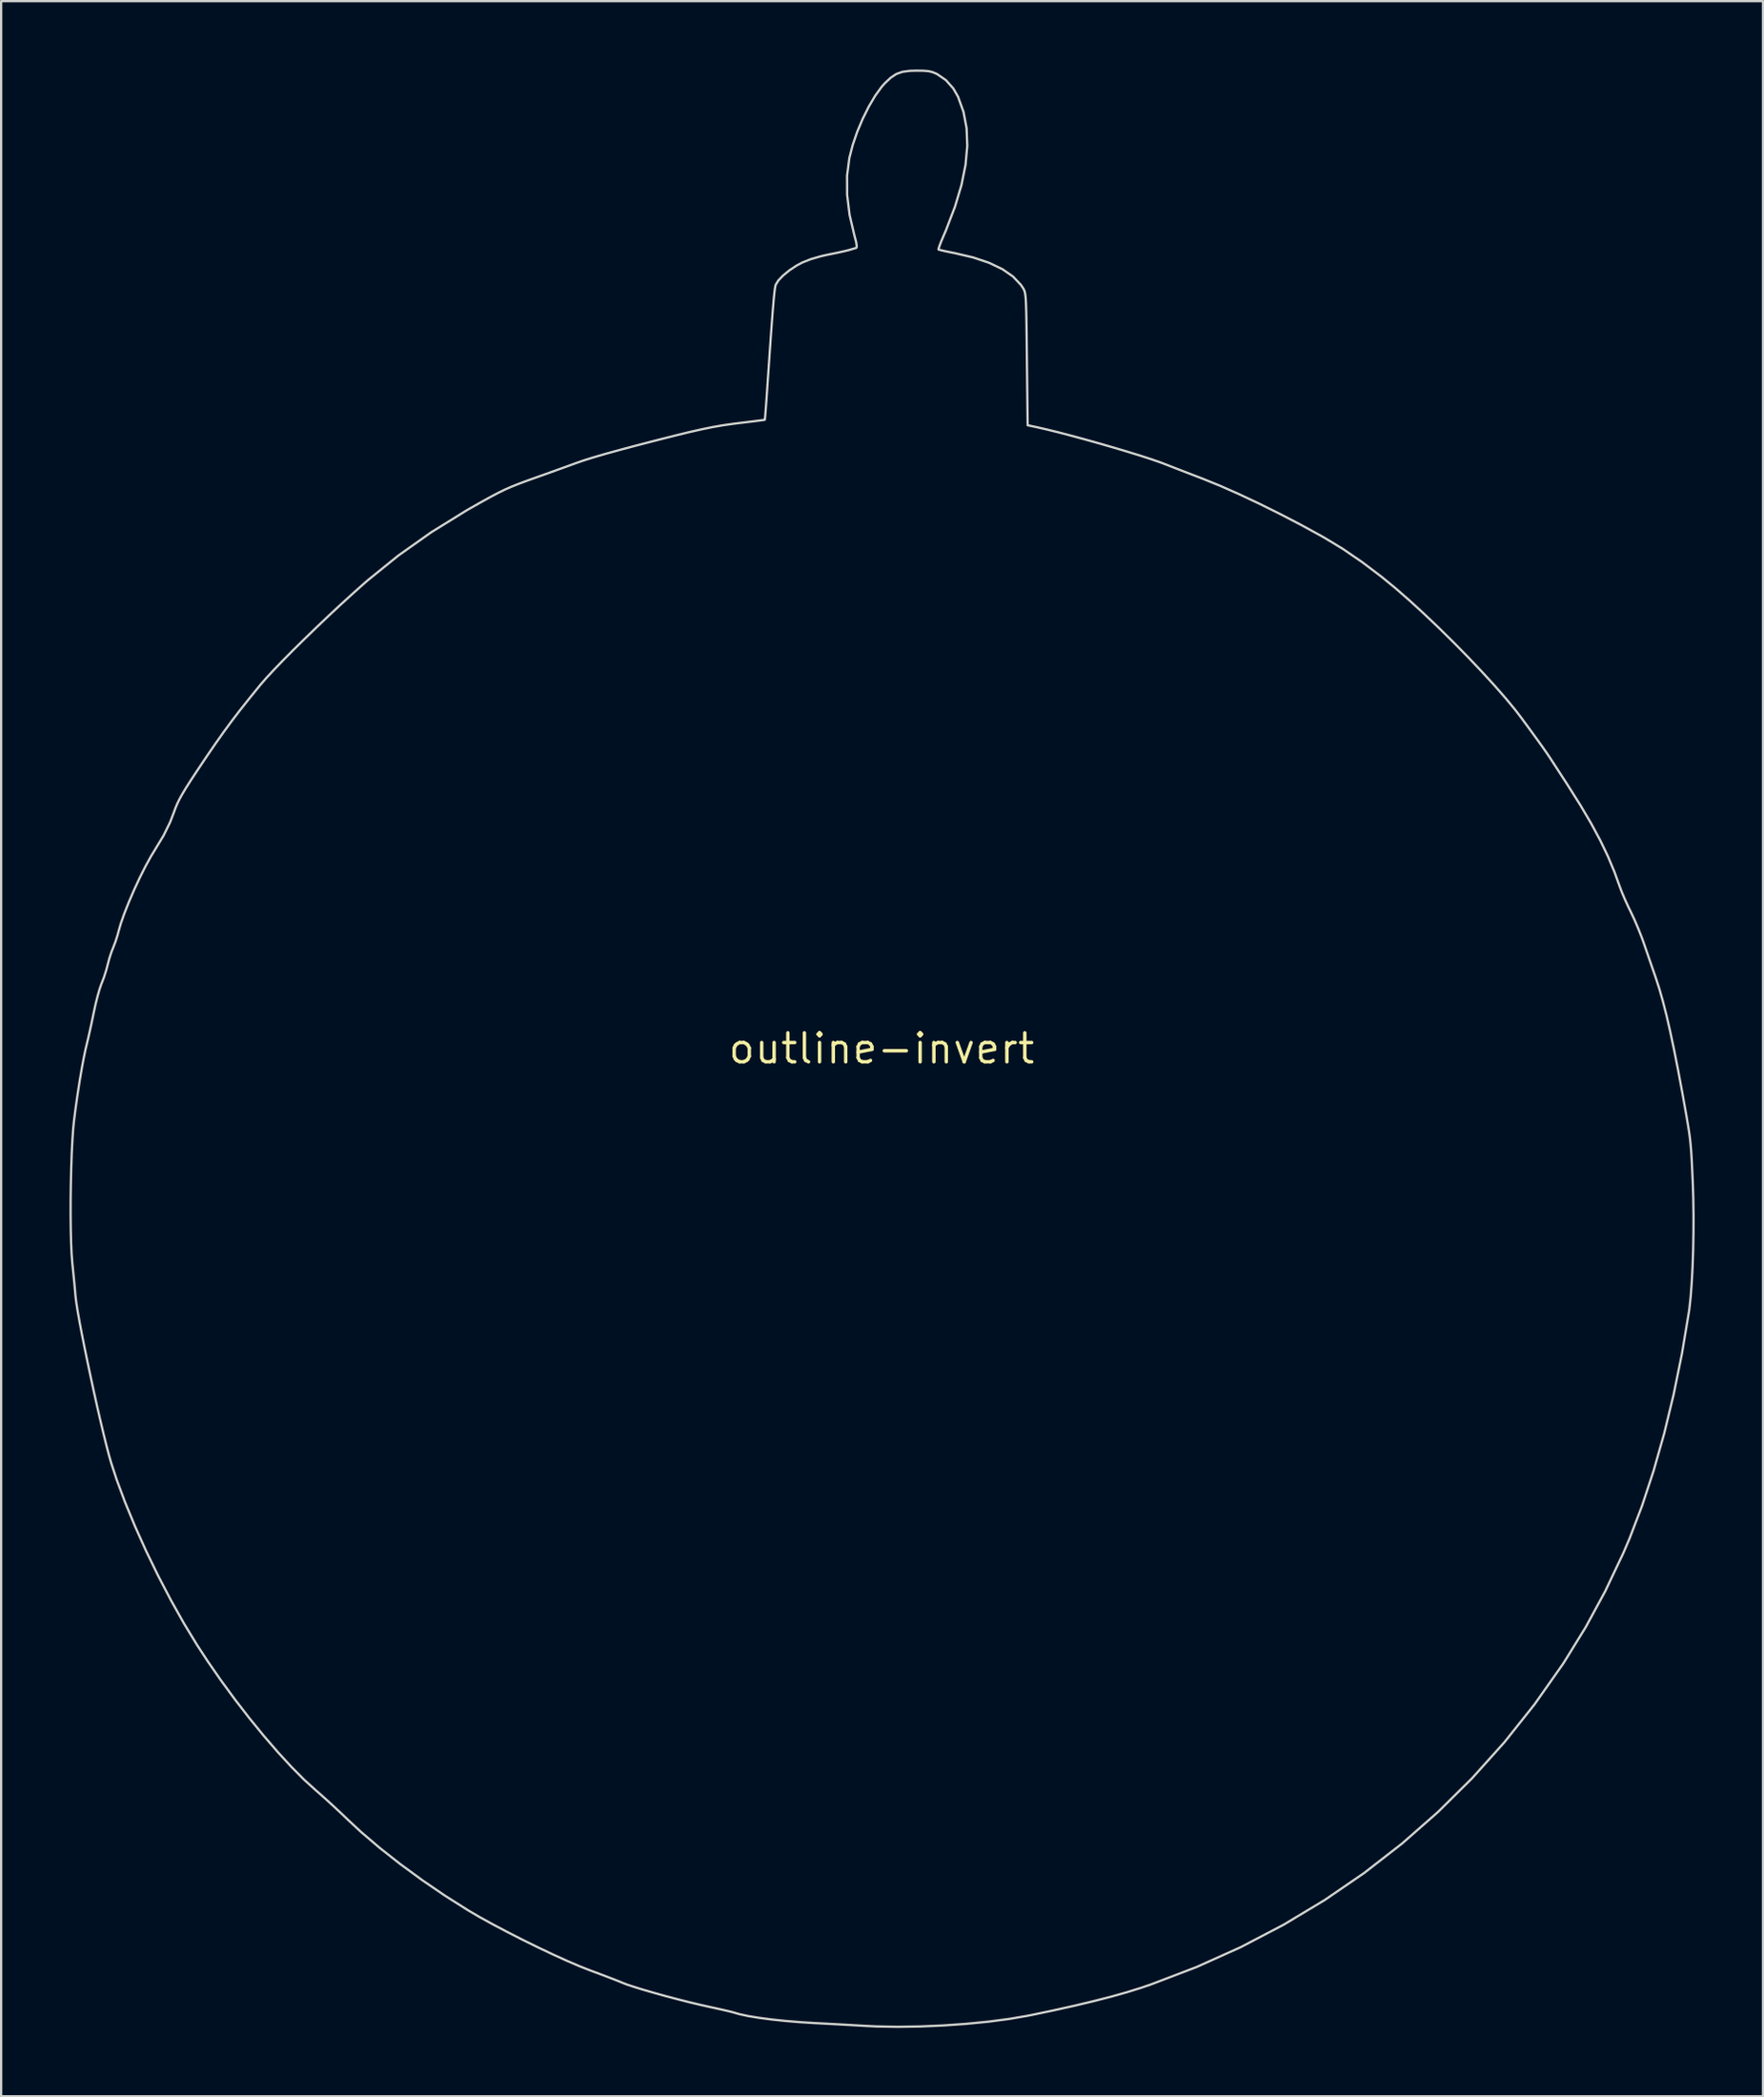
<source format=kicad_pcb>
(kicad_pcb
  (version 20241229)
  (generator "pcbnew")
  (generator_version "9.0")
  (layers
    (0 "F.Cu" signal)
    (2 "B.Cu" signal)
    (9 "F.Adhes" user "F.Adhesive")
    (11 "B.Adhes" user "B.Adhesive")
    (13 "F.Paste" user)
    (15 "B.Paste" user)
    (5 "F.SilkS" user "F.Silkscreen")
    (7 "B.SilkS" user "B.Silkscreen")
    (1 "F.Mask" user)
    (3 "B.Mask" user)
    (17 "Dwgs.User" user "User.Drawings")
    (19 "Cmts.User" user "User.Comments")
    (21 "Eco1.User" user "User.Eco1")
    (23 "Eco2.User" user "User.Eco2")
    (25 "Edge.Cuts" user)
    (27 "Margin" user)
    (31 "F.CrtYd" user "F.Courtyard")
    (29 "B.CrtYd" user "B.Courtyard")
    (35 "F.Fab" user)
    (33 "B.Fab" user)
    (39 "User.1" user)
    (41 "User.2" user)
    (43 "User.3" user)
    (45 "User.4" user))
  (footprint "outline-invert"
    (layer "F.Cu")
    (at 35.652 42.966)
    (property "Reference" "outline-invert" (at 0 0 0) (layer "F.SilkS") (effects (font (size 1.27 1.27) (thickness 0.15))))
    (attr board_only exclude_from_pos_files exclude_from_bom)
    (fp_poly (pts (xy 1.838 -42.912) (xy 2.057 -42.894) (xy 2.228 -42.855) (xy 2.392 -42.788) (xy 2.446 -42.761) (xy 2.827 -42.498) (xy 3.149 -42.136) (xy 3.358 -41.772) (xy 3.598 -41.107) (xy 3.734 -40.391) (xy 3.764 -39.618) (xy 3.689 -38.788) (xy 3.509 -37.896) (xy 3.223 -36.941) (xy 2.831 -35.918) (xy 2.732 -35.688) (xy 2.626 -35.438) (xy 2.547 -35.234) (xy 2.504 -35.103) (xy 2.5 -35.068) (xy 2.571 -35.045) (xy 2.739 -35.005) (xy 2.979 -34.954) (xy 3.202 -34.91) (xy 4.02 -34.719) (xy 4.722 -34.483) (xy 5.306 -34.204) (xy 5.772 -33.881) (xy 6.118 -33.515) (xy 6.202 -33.391) (xy 6.237 -33.334) (xy 6.266 -33.274) (xy 6.29 -33.201) (xy 6.309 -33.103) (xy 6.325 -32.967) (xy 6.337 -32.783) (xy 6.347 -32.537) (xy 6.356 -32.219) (xy 6.363 -31.817) (xy 6.37 -31.318) (xy 6.377 -30.711) (xy 6.382 -30.255) (xy 6.414 -27.355) (xy 6.829 -27.267) (xy 7.259 -27.168) (xy 7.77 -27.042) (xy 8.342 -26.892) (xy 8.951 -26.727) (xy 9.578 -26.551) (xy 10.2 -26.371) (xy 10.796 -26.193) (xy 11.345 -26.024) (xy 11.824 -25.869) (xy 12.213 -25.735) (xy 12.381 -25.672) (xy 12.713 -25.543) (xy 13.12 -25.385) (xy 13.556 -25.217) (xy 13.978 -25.055) (xy 14.104 -25.006) (xy 14.845 -24.706) (xy 15.667 -24.344) (xy 16.546 -23.931) (xy 17.459 -23.48) (xy 18.381 -23.001) (xy 19.288 -22.506) (xy 19.441 -22.42) (xy 20.251 -21.929) (xy 21.096 -21.351) (xy 21.945 -20.71) (xy 22.56 -20.206) (xy 23.168 -19.675) (xy 23.805 -19.092) (xy 24.457 -18.472) (xy 25.108 -17.832) (xy 25.744 -17.185) (xy 26.349 -16.547) (xy 26.91 -15.934) (xy 27.412 -15.361) (xy 27.839 -14.842) (xy 28.08 -14.526) (xy 28.433 -14.046) (xy 28.719 -13.654) (xy 28.95 -13.333) (xy 29.136 -13.069) (xy 29.288 -12.848) (xy 29.401 -12.677) (xy 29.53 -12.478) (xy 29.707 -12.207) (xy 29.907 -11.898) (xy 30.111 -11.585) (xy 30.126 -11.561) (xy 30.679 -10.685) (xy 31.151 -9.884) (xy 31.553 -9.138) (xy 31.893 -8.429) (xy 32.181 -7.74) (xy 32.395 -7.148) (xy 32.495 -6.879) (xy 32.635 -6.549) (xy 32.79 -6.211) (xy 32.877 -6.033) (xy 33.039 -5.692) (xy 33.212 -5.29) (xy 33.372 -4.887) (xy 33.454 -4.661) (xy 33.58 -4.295) (xy 33.728 -3.867) (xy 33.878 -3.432) (xy 33.995 -3.095) (xy 34.151 -2.613) (xy 34.306 -2.067) (xy 34.464 -1.447) (xy 34.626 -0.743) (xy 34.795 0.054) (xy 34.973 0.954) (xy 35.161 1.966) (xy 35.266 2.553) (xy 35.345 3) (xy 35.407 3.365) (xy 35.456 3.673) (xy 35.493 3.949) (xy 35.522 4.22) (xy 35.546 4.512) (xy 35.567 4.849) (xy 35.587 5.259) (xy 35.611 5.766) (xy 35.615 5.855) (xy 35.638 6.567) (xy 35.649 7.32) (xy 35.646 8.092) (xy 35.632 8.858) (xy 35.606 9.597) (xy 35.569 10.284) (xy 35.523 10.898) (xy 35.467 11.414) (xy 35.447 11.551) (xy 35.14 13.39) (xy 34.777 15.173) (xy 34.361 16.89) (xy 33.896 18.527) (xy 33.386 20.073) (xy 32.834 21.514) (xy 32.559 22.156) (xy 31.769 23.819) (xy 30.912 25.396) (xy 29.97 26.922) (xy 29.901 27.027) (xy 28.667 28.78) (xy 27.342 30.446) (xy 25.928 32.02) (xy 24.43 33.502) (xy 22.849 34.889) (xy 21.189 36.178) (xy 19.453 37.367) (xy 17.645 38.453) (xy 15.767 39.435) (xy 13.823 40.309) (xy 11.816 41.074) (xy 11.36 41.229) (xy 10.781 41.409) (xy 10.093 41.602) (xy 9.314 41.802) (xy 8.461 42.006) (xy 7.554 42.208) (xy 6.609 42.405) (xy 6.414 42.444) (xy 5.598 42.584) (xy 4.687 42.704) (xy 3.711 42.8) (xy 2.703 42.871) (xy 1.692 42.915) (xy 0.71 42.93) (xy -0.212 42.914) (xy -0.734 42.888) (xy -1.042 42.87) (xy -1.442 42.847) (xy -1.9 42.821) (xy -2.382 42.795) (xy -2.852 42.77) (xy -2.88 42.769) (xy -3.562 42.726) (xy -4.221 42.671) (xy -4.837 42.606) (xy -5.393 42.532) (xy -5.87 42.453) (xy -6.25 42.371) (xy -6.446 42.314) (xy -6.563 42.281) (xy -6.778 42.229) (xy -7.066 42.163) (xy -7.4 42.089) (xy -7.563 42.054) (xy -7.997 41.956) (xy -8.479 41.84) (xy -8.987 41.71) (xy -9.5 41.574) (xy -9.995 41.437) (xy -10.451 41.305) (xy -10.846 41.184) (xy -11.158 41.081) (xy -11.355 41.005) (xy -11.534 40.931) (xy -11.804 40.825) (xy -12.139 40.697) (xy -12.509 40.558) (xy -12.796 40.452) (xy -13.266 40.267) (xy -13.822 40.028) (xy -14.441 39.747) (xy -15.099 39.435) (xy -15.773 39.103) (xy -16.438 38.764) (xy -17.072 38.429) (xy -17.652 38.109) (xy -18.147 37.819) (xy -19.166 37.175) (xy -20.167 36.492) (xy -21.13 35.787) (xy -22.032 35.077) (xy -22.852 34.378) (xy -23.422 33.848) (xy -23.741 33.543) (xy -24.086 33.222) (xy -24.422 32.916) (xy -24.716 32.655) (xy -24.826 32.561) (xy -25.342 32.093) (xy -25.905 31.527) (xy -26.502 30.877) (xy -27.121 30.16) (xy -27.749 29.39) (xy -28.374 28.582) (xy -28.983 27.752) (xy -29.565 26.914) (xy -30.042 26.186) (xy -30.624 25.23) (xy -31.199 24.207) (xy -31.757 23.139) (xy -32.285 22.053) (xy -32.772 20.97) (xy -33.208 19.917) (xy -33.58 18.917) (xy -33.819 18.188) (xy -33.918 17.844) (xy -34.033 17.405) (xy -34.16 16.889) (xy -34.297 16.312) (xy -34.44 15.691) (xy -34.584 15.042) (xy -34.727 14.383) (xy -34.865 13.729) (xy -34.995 13.098) (xy -35.112 12.506) (xy -35.213 11.97) (xy -35.295 11.507) (xy -35.354 11.133) (xy -35.387 10.865) (xy -35.388 10.849) (xy -35.409 10.606) (xy -35.44 10.275) (xy -35.478 9.897) (xy -35.517 9.509) (xy -35.527 9.42) (xy -35.558 9.023) (xy -35.581 8.522) (xy -35.595 7.939) (xy -35.602 7.299) (xy -35.601 6.623) (xy -35.592 5.935) (xy -35.576 5.258) (xy -35.554 4.614) (xy -35.524 4.028) (xy -35.489 3.522) (xy -35.456 3.191) (xy -35.385 2.636) (xy -35.303 2.058) (xy -35.214 1.483) (xy -35.123 0.939) (xy -35.033 0.451) (xy -34.95 0.047) (xy -34.903 -0.151) (xy -34.841 -0.41) (xy -34.763 -0.752) (xy -34.679 -1.136) (xy -34.599 -1.521) (xy -34.586 -1.582) (xy -34.507 -1.945) (xy -34.419 -2.297) (xy -34.332 -2.601) (xy -34.256 -2.824) (xy -34.24 -2.862) (xy -34.138 -3.128) (xy -34.039 -3.439) (xy -33.982 -3.656) (xy -33.906 -3.943) (xy -33.81 -4.237) (xy -33.736 -4.424) (xy -33.632 -4.693) (xy -33.538 -4.988) (xy -33.507 -5.107) (xy -33.401 -5.479) (xy -33.242 -5.931) (xy -33.041 -6.437) (xy -32.812 -6.968) (xy -32.566 -7.497) (xy -32.316 -7.995) (xy -32.075 -8.434) (xy -31.903 -8.716) (xy -31.521 -9.348) (xy -31.232 -9.938) (xy -31.074 -10.349) (xy -31.003 -10.545) (xy -30.923 -10.738) (xy -30.824 -10.941) (xy -30.698 -11.169) (xy -30.537 -11.438) (xy -30.331 -11.762) (xy -30.073 -12.155) (xy -29.753 -12.633) (xy -29.622 -12.828) (xy -29.239 -13.387) (xy -28.882 -13.892) (xy -28.53 -14.373) (xy -28.158 -14.858) (xy -27.746 -15.377) (xy -27.272 -15.96) (xy -27.25 -15.987) (xy -27.005 -16.268) (xy -26.678 -16.62) (xy -26.283 -17.03) (xy -25.833 -17.484) (xy -25.341 -17.968) (xy -24.823 -18.469) (xy -24.291 -18.975) (xy -23.759 -19.471) (xy -23.24 -19.944) (xy -22.75 -20.381) (xy -22.557 -20.55) (xy -21.212 -21.637) (xy -19.766 -22.66) (xy -18.211 -23.622) (xy -17.965 -23.762) (xy -17.508 -24.021) (xy -17.134 -24.227) (xy -16.815 -24.394) (xy -16.526 -24.535) (xy -16.238 -24.661) (xy -15.925 -24.786) (xy -15.559 -24.922) (xy -15.125 -25.077) (xy -14.72 -25.221) (xy -14.309 -25.369) (xy -13.926 -25.507) (xy -13.605 -25.623) (xy -13.434 -25.686) (xy -13.095 -25.804) (xy -12.664 -25.939) (xy -12.134 -26.094) (xy -11.5 -26.269) (xy -10.757 -26.467) (xy -9.899 -26.689) (xy -9.094 -26.893) (xy -8.455 -27.05) (xy -7.907 -27.174) (xy -7.421 -27.274) (xy -6.966 -27.353) (xy -6.512 -27.418) (xy -6.286 -27.446) (xy -5.919 -27.491) (xy -5.599 -27.53) (xy -5.346 -27.563) (xy -5.181 -27.585) (xy -5.124 -27.596) (xy -5.116 -27.66) (xy -5.101 -27.833) (xy -5.08 -28.098) (xy -5.055 -28.435) (xy -5.027 -28.827) (xy -5.013 -29.041) (xy -4.953 -29.912) (xy -4.901 -30.665) (xy -4.856 -31.308) (xy -4.816 -31.849) (xy -4.782 -32.297) (xy -4.752 -32.66) (xy -4.727 -32.948) (xy -4.704 -33.168) (xy -4.684 -33.33) (xy -4.666 -33.441) (xy -4.649 -33.511) (xy -4.645 -33.523) (xy -4.528 -33.711) (xy -4.32 -33.927) (xy -4.048 -34.15) (xy -3.738 -34.356) (xy -3.485 -34.492) (xy -3.104 -34.644) (xy -2.642 -34.777) (xy -2.329 -34.846) (xy -2.02 -34.908) (xy -1.734 -34.97) (xy -1.51 -35.022) (xy -1.404 -35.05) (xy -1.236 -35.101) (xy -1.118 -35.134) (xy -1.109 -35.136) (xy -1.086 -35.203) (xy -1.112 -35.38) (xy -1.187 -35.672) (xy -1.191 -35.684) (xy -1.403 -36.587) (xy -1.511 -37.467) (xy -1.514 -38.307) (xy -1.411 -39.089) (xy -1.269 -39.642) (xy -1.072 -40.219) (xy -0.831 -40.793) (xy -0.561 -41.336) (xy -0.275 -41.82) (xy 0.014 -42.217) (xy 0.147 -42.365) (xy 0.406 -42.608) (xy 0.649 -42.769) (xy 0.916 -42.864) (xy 1.243 -42.908) (xy 1.532 -42.916)) (stroke (width 0.1) (type solid)) (fill no) (layer "Edge.Cuts")))
  (gr_rect
    (start -3 -3)
    (end 74.35 88.946)
    (stroke (width 0.1) (type default))
    (fill no)
    (layer "Edge.Cuts")))
</source>
